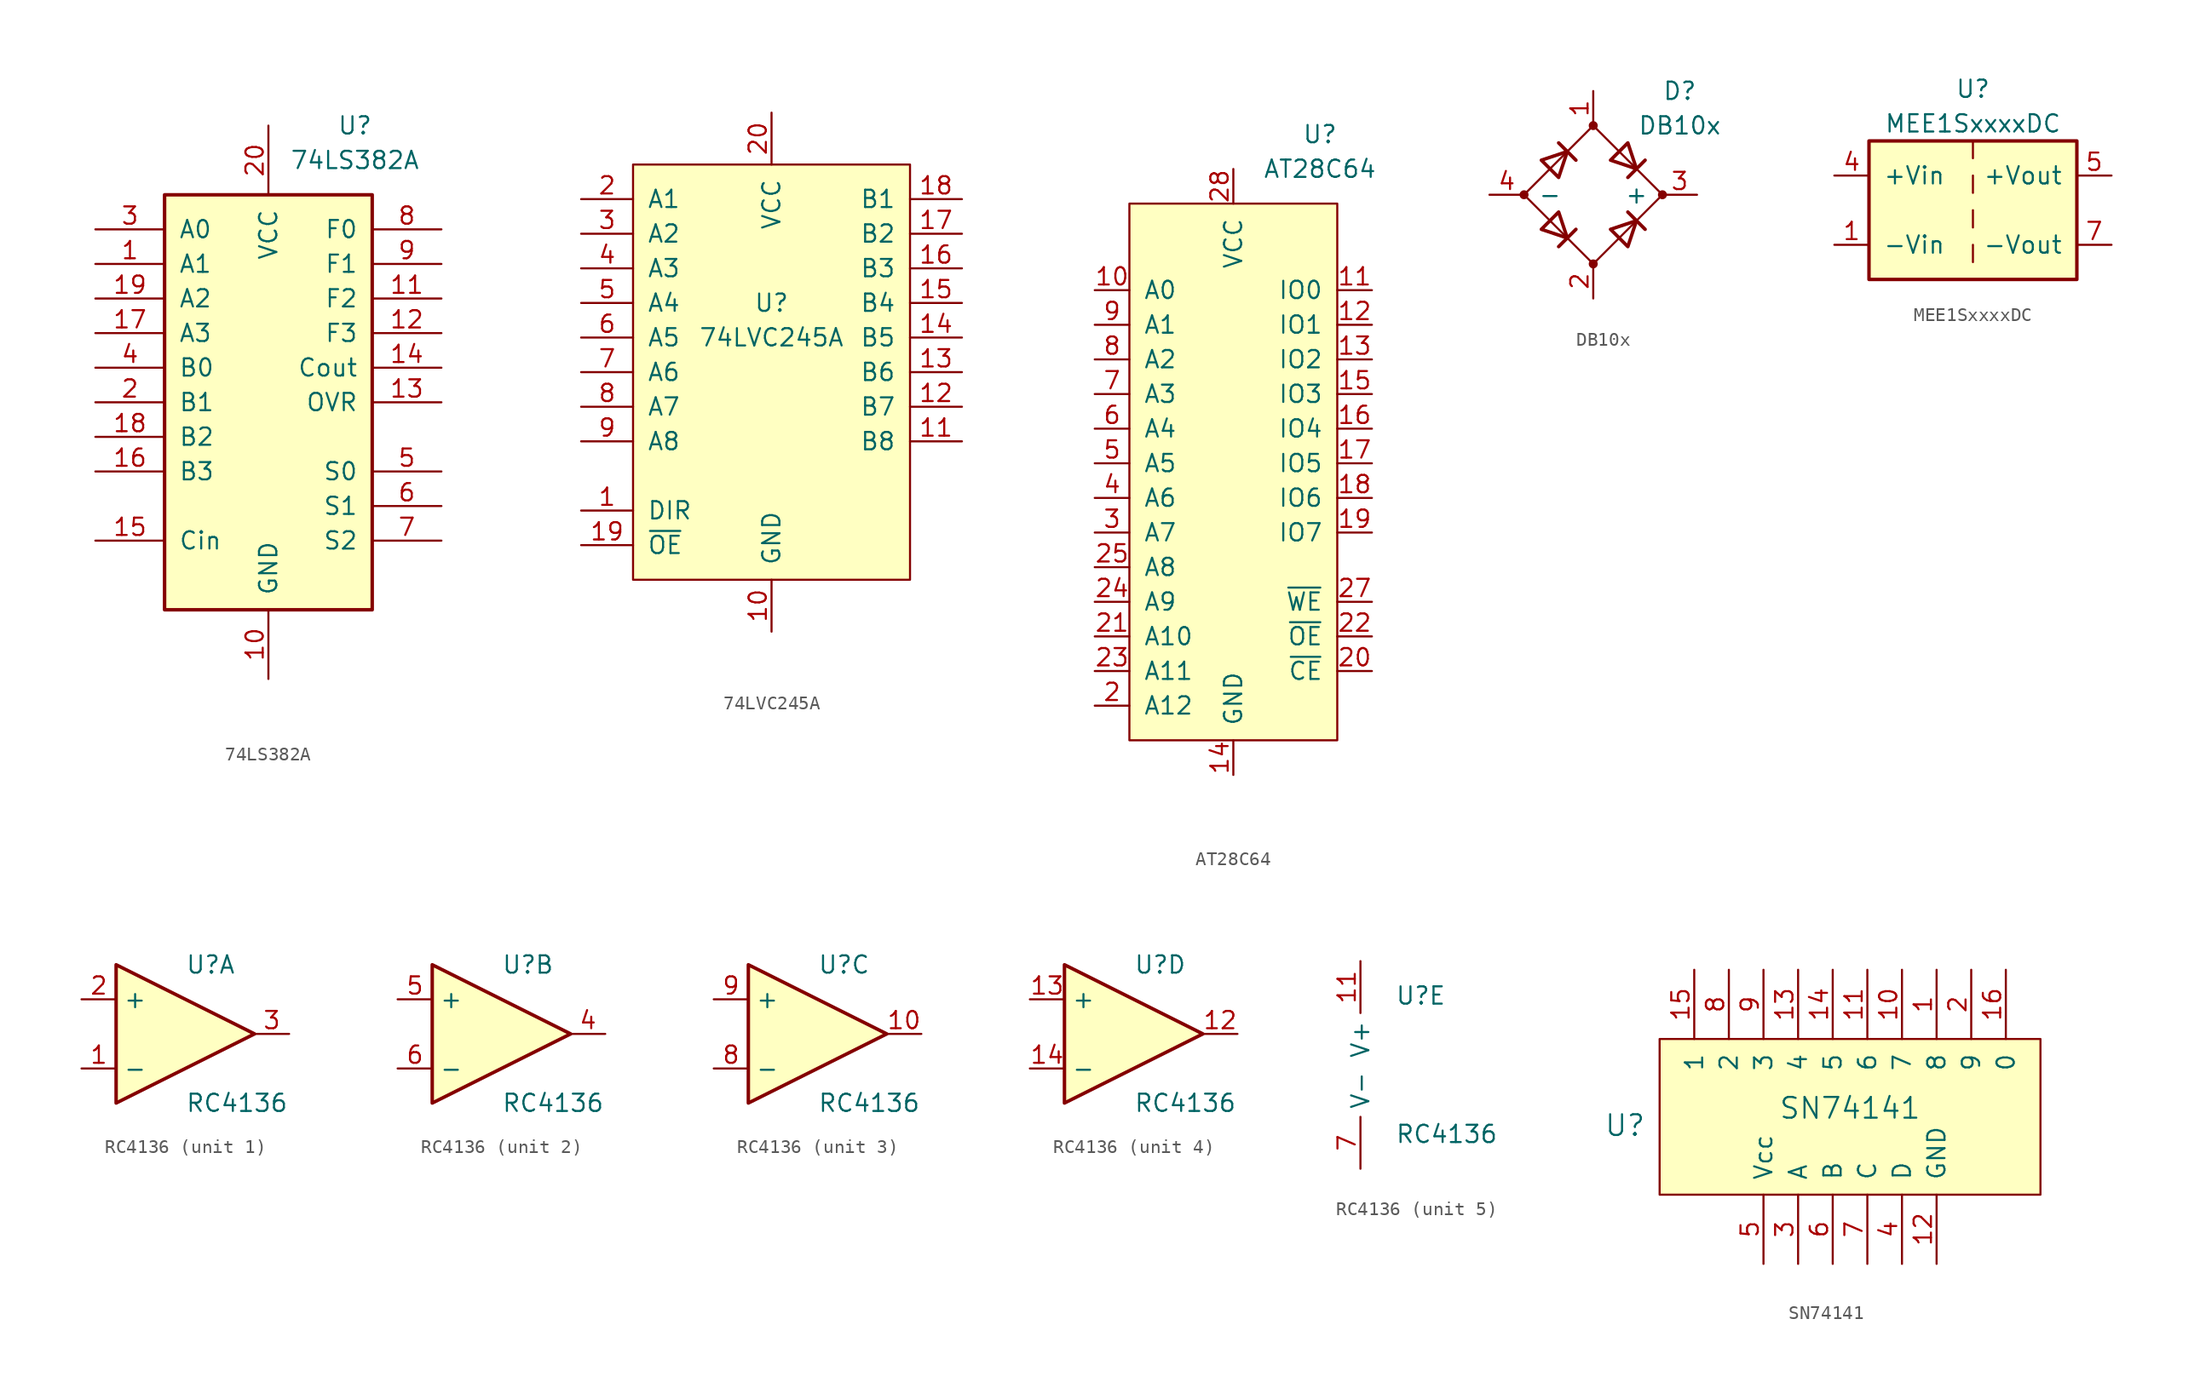
<source format=kicad_sym>
(kicad_symbol_lib
  (version 20211014)
  (generator kicad_symbol_editor)
  (symbol "74LS382A"
    (pin_names
      (offset 1.016))
    (property "Reference" "U"
      (at 6.35 20.32 0)
      (effects (font (size 1.27 1.27))))
    (property "Value" "74LS382A"
      (at 6.35 17.78 0)
      (effects (font (size 1.27 1.27))))
    (symbol "74LS382A_1_1"
      (rectangle (start -7.62 15.24) (end 7.62 -15.24) (stroke (width 0.254) (type default) (color 0 0 0 0)) (fill (type background)))
      (pin input line (at -12.7 10.16 0) (length 5.08) (name "A1" (effects (font (size 1.27 1.27)))) (number "1" (effects (font (size 1.27 1.27)))))
      (pin power_in line (at 0 -20.32 90) (length 5.08) (name "GND" (effects (font (size 1.27 1.27)))) (number "10" (effects (font (size 1.27 1.27)))))
      (pin output line (at 12.7 7.62 180) (length 5.08) (name "F2" (effects (font (size 1.27 1.27)))) (number "11" (effects (font (size 1.27 1.27)))))
      (pin output line (at 12.7 5.08 180) (length 5.08) (name "F3" (effects (font (size 1.27 1.27)))) (number "12" (effects (font (size 1.27 1.27)))))
      (pin output line (at 12.7 0 180) (length 5.08) (name "OVR" (effects (font (size 1.27 1.27)))) (number "13" (effects (font (size 1.27 1.27)))))
      (pin output line (at 12.7 2.54 180) (length 5.08) (name "Cout" (effects (font (size 1.27 1.27)))) (number "14" (effects (font (size 1.27 1.27)))))
      (pin input line (at -12.7 -10.16 0) (length 5.08) (name "Cin" (effects (font (size 1.27 1.27)))) (number "15" (effects (font (size 1.27 1.27)))))
      (pin input line (at -12.7 -5.08 0) (length 5.08) (name "B3" (effects (font (size 1.27 1.27)))) (number "16" (effects (font (size 1.27 1.27)))))
      (pin input line (at -12.7 5.08 0) (length 5.08) (name "A3" (effects (font (size 1.27 1.27)))) (number "17" (effects (font (size 1.27 1.27)))))
      (pin input line (at -12.7 -2.54 0) (length 5.08) (name "B2" (effects (font (size 1.27 1.27)))) (number "18" (effects (font (size 1.27 1.27)))))
      (pin input line (at -12.7 7.62 0) (length 5.08) (name "A2" (effects (font (size 1.27 1.27)))) (number "19" (effects (font (size 1.27 1.27)))))
      (pin input line (at -12.7 0 0) (length 5.08) (name "B1" (effects (font (size 1.27 1.27)))) (number "2" (effects (font (size 1.27 1.27)))))
      (pin power_in line (at 0 20.32 270) (length 5.08) (name "VCC" (effects (font (size 1.27 1.27)))) (number "20" (effects (font (size 1.27 1.27)))))
      (pin input line (at -12.7 12.7 0) (length 5.08) (name "A0" (effects (font (size 1.27 1.27)))) (number "3" (effects (font (size 1.27 1.27)))))
      (pin input line (at -12.7 2.54 0) (length 5.08) (name "B0" (effects (font (size 1.27 1.27)))) (number "4" (effects (font (size 1.27 1.27)))))
      (pin input line (at 12.7 -5.08 180) (length 5.08) (name "S0" (effects (font (size 1.27 1.27)))) (number "5" (effects (font (size 1.27 1.27)))))
      (pin input line (at 12.7 -7.62 180) (length 5.08) (name "S1" (effects (font (size 1.27 1.27)))) (number "6" (effects (font (size 1.27 1.27)))))
      (pin input line (at 12.7 -10.16 180) (length 5.08) (name "S2" (effects (font (size 1.27 1.27)))) (number "7" (effects (font (size 1.27 1.27)))))
      (pin output line (at 12.7 12.7 180) (length 5.08) (name "F0" (effects (font (size 1.27 1.27)))) (number "8" (effects (font (size 1.27 1.27)))))
      (pin output line (at 12.7 10.16 180) (length 5.08) (name "F1" (effects (font (size 1.27 1.27)))) (number "9" (effects (font (size 1.27 1.27)))))))
  (symbol "74LVC245A"
    (pin_names
      (offset 1.016))
    (property "Reference" "U"
      (at 0 2.54 0)
      (effects (font (size 1.27 1.27))))
    (property "Value" "74LVC245A"
      (at 0 0 0)
      (effects (font (size 1.27 1.27))))
    (symbol "74LVC245A_0_1"
      (rectangle (start -10.16 12.7) (end 10.16 -17.78) (stroke (width 0) (type default) (color 0 0 0 0)) (fill (type background))))
    (symbol "74LVC245A_1_1"
      (pin input line (at -13.97 -12.7 0) (length 3.81) (name "DIR" (effects (font (size 1.27 1.27)))) (number "1" (effects (font (size 1.27 1.27)))))
      (pin power_in line (at 0 -21.59 90) (length 3.81) (name "GND" (effects (font (size 1.27 1.27)))) (number "10" (effects (font (size 1.27 1.27)))))
      (pin tri_state line (at 13.97 -7.62 180) (length 3.81) (name "B8" (effects (font (size 1.27 1.27)))) (number "11" (effects (font (size 1.27 1.27)))))
      (pin tri_state line (at 13.97 -5.08 180) (length 3.81) (name "B7" (effects (font (size 1.27 1.27)))) (number "12" (effects (font (size 1.27 1.27)))))
      (pin tri_state line (at 13.97 -2.54 180) (length 3.81) (name "B6" (effects (font (size 1.27 1.27)))) (number "13" (effects (font (size 1.27 1.27)))))
      (pin tri_state line (at 13.97 0 180) (length 3.81) (name "B5" (effects (font (size 1.27 1.27)))) (number "14" (effects (font (size 1.27 1.27)))))
      (pin tri_state line (at 13.97 2.54 180) (length 3.81) (name "B4" (effects (font (size 1.27 1.27)))) (number "15" (effects (font (size 1.27 1.27)))))
      (pin tri_state line (at 13.97 5.08 180) (length 3.81) (name "B3" (effects (font (size 1.27 1.27)))) (number "16" (effects (font (size 1.27 1.27)))))
      (pin tri_state line (at 13.97 7.62 180) (length 3.81) (name "B2" (effects (font (size 1.27 1.27)))) (number "17" (effects (font (size 1.27 1.27)))))
      (pin tri_state line (at 13.97 10.16 180) (length 3.81) (name "B1" (effects (font (size 1.27 1.27)))) (number "18" (effects (font (size 1.27 1.27)))))
      (pin input line (at -13.97 -15.24 0) (length 3.81) (name "~{OE}" (effects (font (size 1.27 1.27)))) (number "19" (effects (font (size 1.27 1.27)))))
      (pin tri_state line (at -13.97 10.16 0) (length 3.81) (name "A1" (effects (font (size 1.27 1.27)))) (number "2" (effects (font (size 1.27 1.27)))))
      (pin power_in line (at 0 16.51 270) (length 3.81) (name "VCC" (effects (font (size 1.27 1.27)))) (number "20" (effects (font (size 1.27 1.27)))))
      (pin tri_state line (at -13.97 7.62 0) (length 3.81) (name "A2" (effects (font (size 1.27 1.27)))) (number "3" (effects (font (size 1.27 1.27)))))
      (pin tri_state line (at -13.97 5.08 0) (length 3.81) (name "A3" (effects (font (size 1.27 1.27)))) (number "4" (effects (font (size 1.27 1.27)))))
      (pin tri_state line (at -13.97 2.54 0) (length 3.81) (name "A4" (effects (font (size 1.27 1.27)))) (number "5" (effects (font (size 1.27 1.27)))))
      (pin tri_state line (at -13.97 0 0) (length 3.81) (name "A5" (effects (font (size 1.27 1.27)))) (number "6" (effects (font (size 1.27 1.27)))))
      (pin tri_state line (at -13.97 -2.54 0) (length 3.81) (name "A6" (effects (font (size 1.27 1.27)))) (number "7" (effects (font (size 1.27 1.27)))))
      (pin tri_state line (at -13.97 -5.08 0) (length 3.81) (name "A7" (effects (font (size 1.27 1.27)))) (number "8" (effects (font (size 1.27 1.27)))))
      (pin tri_state line (at -13.97 -7.62 0) (length 3.81) (name "A8" (effects (font (size 1.27 1.27)))) (number "9" (effects (font (size 1.27 1.27)))))))
  (symbol "AT28C64"
    (pin_names
      (offset 1.016))
    (property "Reference" "U"
      (at 6.35 26.67 0)
      (effects (font (size 1.27 1.27))))
    (property "Value" "AT28C64"
      (at 6.35 24.13 0)
      (effects (font (size 1.27 1.27))))
    (symbol "AT28C64_1_1"
      (rectangle (start -7.62 21.59) (end 7.62 -17.78) (stroke (width 0) (type default) (color 0 0 0 0)) (fill (type background)))
      (pin input line (at -10.16 15.24 0) (length 2.54) (name "A0" (effects (font (size 1.27 1.27)))) (number "10" (effects (font (size 1.27 1.27)))))
      (pin bidirectional line (at 10.16 15.24 180) (length 2.54) (name "IO0" (effects (font (size 1.27 1.27)))) (number "11" (effects (font (size 1.27 1.27)))))
      (pin bidirectional line (at 10.16 12.7 180) (length 2.54) (name "IO1" (effects (font (size 1.27 1.27)))) (number "12" (effects (font (size 1.27 1.27)))))
      (pin bidirectional line (at 10.16 10.16 180) (length 2.54) (name "IO2" (effects (font (size 1.27 1.27)))) (number "13" (effects (font (size 1.27 1.27)))))
      (pin power_in line (at 0 -20.32 90) (length 2.54) (name "GND" (effects (font (size 1.27 1.27)))) (number "14" (effects (font (size 1.27 1.27)))))
      (pin bidirectional line (at 10.16 7.62 180) (length 2.54) (name "IO3" (effects (font (size 1.27 1.27)))) (number "15" (effects (font (size 1.27 1.27)))))
      (pin bidirectional line (at 10.16 5.08 180) (length 2.54) (name "IO4" (effects (font (size 1.27 1.27)))) (number "16" (effects (font (size 1.27 1.27)))))
      (pin bidirectional line (at 10.16 2.54 180) (length 2.54) (name "IO5" (effects (font (size 1.27 1.27)))) (number "17" (effects (font (size 1.27 1.27)))))
      (pin bidirectional line (at 10.16 0 180) (length 2.54) (name "IO6" (effects (font (size 1.27 1.27)))) (number "18" (effects (font (size 1.27 1.27)))))
      (pin bidirectional line (at 10.16 -2.54 180) (length 2.54) (name "IO7" (effects (font (size 1.27 1.27)))) (number "19" (effects (font (size 1.27 1.27)))))
      (pin input line (at -10.16 -15.24 0) (length 2.54) (name "A12" (effects (font (size 1.27 1.27)))) (number "2" (effects (font (size 1.27 1.27)))))
      (pin input line (at 10.16 -12.7 180) (length 2.54) (name "~{CE}" (effects (font (size 1.27 1.27)))) (number "20" (effects (font (size 1.27 1.27)))))
      (pin input line (at -10.16 -10.16 0) (length 2.54) (name "A10" (effects (font (size 1.27 1.27)))) (number "21" (effects (font (size 1.27 1.27)))))
      (pin input line (at 10.16 -10.16 180) (length 2.54) (name "~{OE}" (effects (font (size 1.27 1.27)))) (number "22" (effects (font (size 1.27 1.27)))))
      (pin input line (at -10.16 -12.7 0) (length 2.54) (name "A11" (effects (font (size 1.27 1.27)))) (number "23" (effects (font (size 1.27 1.27)))))
      (pin input line (at -10.16 -7.62 0) (length 2.54) (name "A9" (effects (font (size 1.27 1.27)))) (number "24" (effects (font (size 1.27 1.27)))))
      (pin input line (at -10.16 -5.08 0) (length 2.54) (name "A8" (effects (font (size 1.27 1.27)))) (number "25" (effects (font (size 1.27 1.27)))))
      (pin input line (at 10.16 -7.62 180) (length 2.54) (name "~{WE}" (effects (font (size 1.27 1.27)))) (number "27" (effects (font (size 1.27 1.27)))))
      (pin power_in line (at 0 24.13 270) (length 2.54) (name "VCC" (effects (font (size 1.27 1.27)))) (number "28" (effects (font (size 1.27 1.27)))))
      (pin input line (at -10.16 -2.54 0) (length 2.54) (name "A7" (effects (font (size 1.27 1.27)))) (number "3" (effects (font (size 1.27 1.27)))))
      (pin input line (at -10.16 0 0) (length 2.54) (name "A6" (effects (font (size 1.27 1.27)))) (number "4" (effects (font (size 1.27 1.27)))))
      (pin input line (at -10.16 2.54 0) (length 2.54) (name "A5" (effects (font (size 1.27 1.27)))) (number "5" (effects (font (size 1.27 1.27)))))
      (pin input line (at -10.16 5.08 0) (length 2.54) (name "A4" (effects (font (size 1.27 1.27)))) (number "6" (effects (font (size 1.27 1.27)))))
      (pin input line (at -10.16 7.62 0) (length 2.54) (name "A3" (effects (font (size 1.27 1.27)))) (number "7" (effects (font (size 1.27 1.27)))))
      (pin input line (at -10.16 10.16 0) (length 2.54) (name "A2" (effects (font (size 1.27 1.27)))) (number "8" (effects (font (size 1.27 1.27)))))
      (pin input line (at -10.16 12.7 0) (length 2.54) (name "A1" (effects (font (size 1.27 1.27)))) (number "9" (effects (font (size 1.27 1.27)))))))
  (symbol "DB10x"
    (pin_names
      (offset 1.016))
    (property "Reference" "D"
      (at 6.35 7.62 0)
      (effects (font (size 1.27 1.27))))
    (property "Value" "DB10x"
      (at 6.35 5.08 0)
      (effects (font (size 1.27 1.27))))
    (symbol "DB10x_1_1"
      (circle (center -5.08 0) (radius 0.254) (stroke (width 0) (type default) (color 0 0 0 0)) (fill (type outline)))
      (circle (center 0 -5.08) (radius 0.254) (stroke (width 0) (type default) (color 0 0 0 0)) (fill (type outline)))
      (polyline (pts (xy -2.54 3.81) (xy -1.27 2.54)) (stroke (width 0.254) (type default) (color 0 0 0 0)) (fill (type none)))
      (polyline (pts (xy -1.27 -2.54) (xy -2.54 -3.81)) (stroke (width 0.254) (type default) (color 0 0 0 0)) (fill (type none)))
      (polyline (pts (xy 2.54 -1.27) (xy 3.81 -2.54)) (stroke (width 0.254) (type default) (color 0 0 0 0)) (fill (type none)))
      (polyline (pts (xy 2.54 1.27) (xy 3.81 2.54)) (stroke (width 0.254) (type default) (color 0 0 0 0)) (fill (type none)))
      (polyline (pts (xy -3.81 2.54) (xy -2.54 1.27) (xy -1.905 3.175) (xy -3.81 2.54)) (stroke (width 0.254) (type default) (color 0 0 0 0)) (fill (type none)))
      (polyline (pts (xy -2.54 -1.27) (xy -3.81 -2.54) (xy -1.905 -3.175) (xy -2.54 -1.27)) (stroke (width 0.254) (type default) (color 0 0 0 0)) (fill (type none)))
      (polyline (pts (xy 1.27 2.54) (xy 2.54 3.81) (xy 3.175 1.905) (xy 1.27 2.54)) (stroke (width 0.254) (type default) (color 0 0 0 0)) (fill (type none)))
      (polyline (pts (xy 3.175 -1.905) (xy 1.27 -2.54) (xy 2.54 -3.81) (xy 3.175 -1.905)) (stroke (width 0.254) (type default) (color 0 0 0 0)) (fill (type none)))
      (polyline (pts (xy -5.08 0) (xy 0 -5.08) (xy 5.08 0) (xy 0 5.08) (xy -5.08 0)) (stroke (width 0) (type default) (color 0 0 0 0)) (fill (type none)))
      (circle (center 0 5.08) (radius 0.254) (stroke (width 0) (type default) (color 0 0 0 0)) (fill (type outline)))
      (circle (center 5.08 0) (radius 0.254) (stroke (width 0) (type default) (color 0 0 0 0)) (fill (type outline)))
      (pin passive line (at 0 7.62 270) (length 2.54) (name "~" (effects (font (size 1.27 1.27)))) (number "1" (effects (font (size 1.27 1.27)))))
      (pin passive line (at 0 -7.62 90) (length 2.54) (name "~" (effects (font (size 1.27 1.27)))) (number "2" (effects (font (size 1.27 1.27)))))
      (pin power_out line (at 7.62 0 180) (length 2.54) (name "+" (effects (font (size 1.27 1.27)))) (number "3" (effects (font (size 1.27 1.27)))))
      (pin power_out line (at -7.62 0 0) (length 2.54) (name "-" (effects (font (size 1.27 1.27)))) (number "4" (effects (font (size 1.27 1.27)))))))
  (symbol "MEE1SxxxxDC"
    (pin_names
      (offset 1.016))
    (property "Reference" "U"
      (at 0 8.89 0)
      (effects (font (size 1.27 1.27))))
    (property "Value" "MEE1SxxxxDC"
      (at 0 6.35 0)
      (effects (font (size 1.27 1.27))))
    (symbol "MEE1SxxxxDC_1_1"
      (rectangle (start -7.62 5.08) (end 7.62 -5.08) (stroke (width 0.254) (type default) (color 0 0 0 0)) (fill (type background)))
      (polyline (pts (xy 0 -2.54) (xy 0 -3.81)) (stroke (width 0) (type default) (color 0 0 0 0)) (fill (type none)))
      (polyline (pts (xy 0 0) (xy 0 -1.27)) (stroke (width 0) (type default) (color 0 0 0 0)) (fill (type none)))
      (polyline (pts (xy 0 2.54) (xy 0 1.27)) (stroke (width 0) (type default) (color 0 0 0 0)) (fill (type none)))
      (polyline (pts (xy 0 5.08) (xy 0 3.81)) (stroke (width 0) (type default) (color 0 0 0 0)) (fill (type none)))
      (pin power_in line (at -10.16 -2.54 0) (length 2.54) (name "-Vin" (effects (font (size 1.27 1.27)))) (number "1" (effects (font (size 1.27 1.27)))))
      (pin power_in line (at -10.16 2.54 0) (length 2.54) (name "+Vin" (effects (font (size 1.27 1.27)))) (number "4" (effects (font (size 1.27 1.27)))))
      (pin power_out line (at 10.16 2.54 180) (length 2.54) (name "+Vout" (effects (font (size 1.27 1.27)))) (number "5" (effects (font (size 1.27 1.27)))))
      (pin power_out line (at 10.16 -2.54 180) (length 2.54) (name "-Vout" (effects (font (size 1.27 1.27)))) (number "7" (effects (font (size 1.27 1.27)))))))
  (symbol "RC4136"
    (property "Reference" "U"
      (at 0 5.08 0)
      (effects (font (size 1.27 1.27)) (justify left)))
    (property "Value" "RC4136"
      (at 0 -5.08 0)
      (effects (font (size 1.27 1.27)) (justify left)))
    (property "ki_locked" ""
      (at 0 0 0)
      (effects (font (size 1.27 1.27))))
    (symbol "RC4136_1_1"
      (polyline (pts (xy -5.08 5.08) (xy 5.08 0) (xy -5.08 -5.08) (xy -5.08 5.08)) (stroke (width 0.254) (type default) (color 0 0 0 0)) (fill (type background)))
      (pin input line (at -7.62 -2.54 0) (length 2.54) (name "-" (effects (font (size 1.27 1.27)))) (number "1" (effects (font (size 1.27 1.27)))))
      (pin input line (at -7.62 2.54 0) (length 2.54) (name "+" (effects (font (size 1.27 1.27)))) (number "2" (effects (font (size 1.27 1.27)))))
      (pin output line (at 7.62 0 180) (length 2.54) (name "~" (effects (font (size 1.27 1.27)))) (number "3" (effects (font (size 1.27 1.27))))))
    (symbol "RC4136_2_1"
      (polyline (pts (xy -5.08 5.08) (xy 5.08 0) (xy -5.08 -5.08) (xy -5.08 5.08)) (stroke (width 0.254) (type default) (color 0 0 0 0)) (fill (type background)))
      (pin output line (at 7.62 0 180) (length 2.54) (name "~" (effects (font (size 1.27 1.27)))) (number "4" (effects (font (size 1.27 1.27)))))
      (pin input line (at -7.62 2.54 0) (length 2.54) (name "+" (effects (font (size 1.27 1.27)))) (number "5" (effects (font (size 1.27 1.27)))))
      (pin input line (at -7.62 -2.54 0) (length 2.54) (name "-" (effects (font (size 1.27 1.27)))) (number "6" (effects (font (size 1.27 1.27))))))
    (symbol "RC4136_3_1"
      (polyline (pts (xy -5.08 5.08) (xy 5.08 0) (xy -5.08 -5.08) (xy -5.08 5.08)) (stroke (width 0.254) (type default) (color 0 0 0 0)) (fill (type background)))
      (pin output line (at 7.62 0 180) (length 2.54) (name "~" (effects (font (size 1.27 1.27)))) (number "10" (effects (font (size 1.27 1.27)))))
      (pin input line (at -7.62 -2.54 0) (length 2.54) (name "-" (effects (font (size 1.27 1.27)))) (number "8" (effects (font (size 1.27 1.27)))))
      (pin input line (at -7.62 2.54 0) (length 2.54) (name "+" (effects (font (size 1.27 1.27)))) (number "9" (effects (font (size 1.27 1.27))))))
    (symbol "RC4136_4_1"
      (polyline (pts (xy -5.08 5.08) (xy 5.08 0) (xy -5.08 -5.08) (xy -5.08 5.08)) (stroke (width 0.254) (type default) (color 0 0 0 0)) (fill (type background)))
      (pin output line (at 7.62 0 180) (length 2.54) (name "~" (effects (font (size 1.27 1.27)))) (number "12" (effects (font (size 1.27 1.27)))))
      (pin input line (at -7.62 2.54 0) (length 2.54) (name "+" (effects (font (size 1.27 1.27)))) (number "13" (effects (font (size 1.27 1.27)))))
      (pin input line (at -7.62 -2.54 0) (length 2.54) (name "-" (effects (font (size 1.27 1.27)))) (number "14" (effects (font (size 1.27 1.27))))))
    (symbol "RC4136_5_1"
      (pin power_in line (at -2.54 7.62 270) (length 3.81) (name "V+" (effects (font (size 1.27 1.27)))) (number "11" (effects (font (size 1.27 1.27)))))
      (pin power_in line (at -2.54 -7.62 90) (length 3.81) (name "V-" (effects (font (size 1.27 1.27)))) (number "7" (effects (font (size 1.27 1.27)))))))
  (symbol "SN74141"
    (pin_names
      (offset 1.016))
    (property "Reference" "U"
      (at -16.51 0 0)
      (effects (font (size 1.524 1.524))))
    (property "Value" "SN74141"
      (at 0 1.27 0)
      (effects (font (size 1.524 1.524))))
    (symbol "SN74141_0_1"
      (rectangle (start -13.97 6.35) (end 13.97 -5.08) (stroke (width 0) (type default) (color 0 0 0 0)) (fill (type background))))
    (symbol "SN74141_1_1"
      (pin open_collector line (at 6.35 11.43 270) (length 5.08) (name "8" (effects (font (size 1.27 1.27)))) (number "1" (effects (font (size 1.27 1.27)))))
      (pin open_collector line (at 3.81 11.43 270) (length 5.08) (name "7" (effects (font (size 1.27 1.27)))) (number "10" (effects (font (size 1.27 1.27)))))
      (pin open_collector line (at 1.27 11.43 270) (length 5.08) (name "6" (effects (font (size 1.27 1.27)))) (number "11" (effects (font (size 1.27 1.27)))))
      (pin passive line (at 6.35 -10.16 90) (length 5.08) (name "GND" (effects (font (size 1.27 1.27)))) (number "12" (effects (font (size 1.27 1.27)))))
      (pin open_collector line (at -3.81 11.43 270) (length 5.08) (name "4" (effects (font (size 1.27 1.27)))) (number "13" (effects (font (size 1.27 1.27)))))
      (pin open_collector line (at -1.27 11.43 270) (length 5.08) (name "5" (effects (font (size 1.27 1.27)))) (number "14" (effects (font (size 1.27 1.27)))))
      (pin open_collector line (at -11.43 11.43 270) (length 5.08) (name "1" (effects (font (size 1.27 1.27)))) (number "15" (effects (font (size 1.27 1.27)))))
      (pin open_collector line (at 11.43 11.43 270) (length 5.08) (name "0" (effects (font (size 1.27 1.27)))) (number "16" (effects (font (size 1.27 1.27)))))
      (pin open_collector line (at 8.89 11.43 270) (length 5.08) (name "9" (effects (font (size 1.27 1.27)))) (number "2" (effects (font (size 1.27 1.27)))))
      (pin input line (at -3.81 -10.16 90) (length 5.08) (name "A" (effects (font (size 1.27 1.27)))) (number "3" (effects (font (size 1.27 1.27)))))
      (pin input line (at 3.81 -10.16 90) (length 5.08) (name "D" (effects (font (size 1.27 1.27)))) (number "4" (effects (font (size 1.27 1.27)))))
      (pin power_in line (at -6.35 -10.16 90) (length 5.08) (name "Vcc" (effects (font (size 1.27 1.27)))) (number "5" (effects (font (size 1.27 1.27)))))
      (pin input line (at -1.27 -10.16 90) (length 5.08) (name "B" (effects (font (size 1.27 1.27)))) (number "6" (effects (font (size 1.27 1.27)))))
      (pin input line (at 1.27 -10.16 90) (length 5.08) (name "C" (effects (font (size 1.27 1.27)))) (number "7" (effects (font (size 1.27 1.27)))))
      (pin open_collector line (at -8.89 11.43 270) (length 5.08) (name "2" (effects (font (size 1.27 1.27)))) (number "8" (effects (font (size 1.27 1.27)))))
      (pin open_collector line (at -6.35 11.43 270) (length 5.08) (name "3" (effects (font (size 1.27 1.27)))) (number "9" (effects (font (size 1.27 1.27))))))))
</source>
